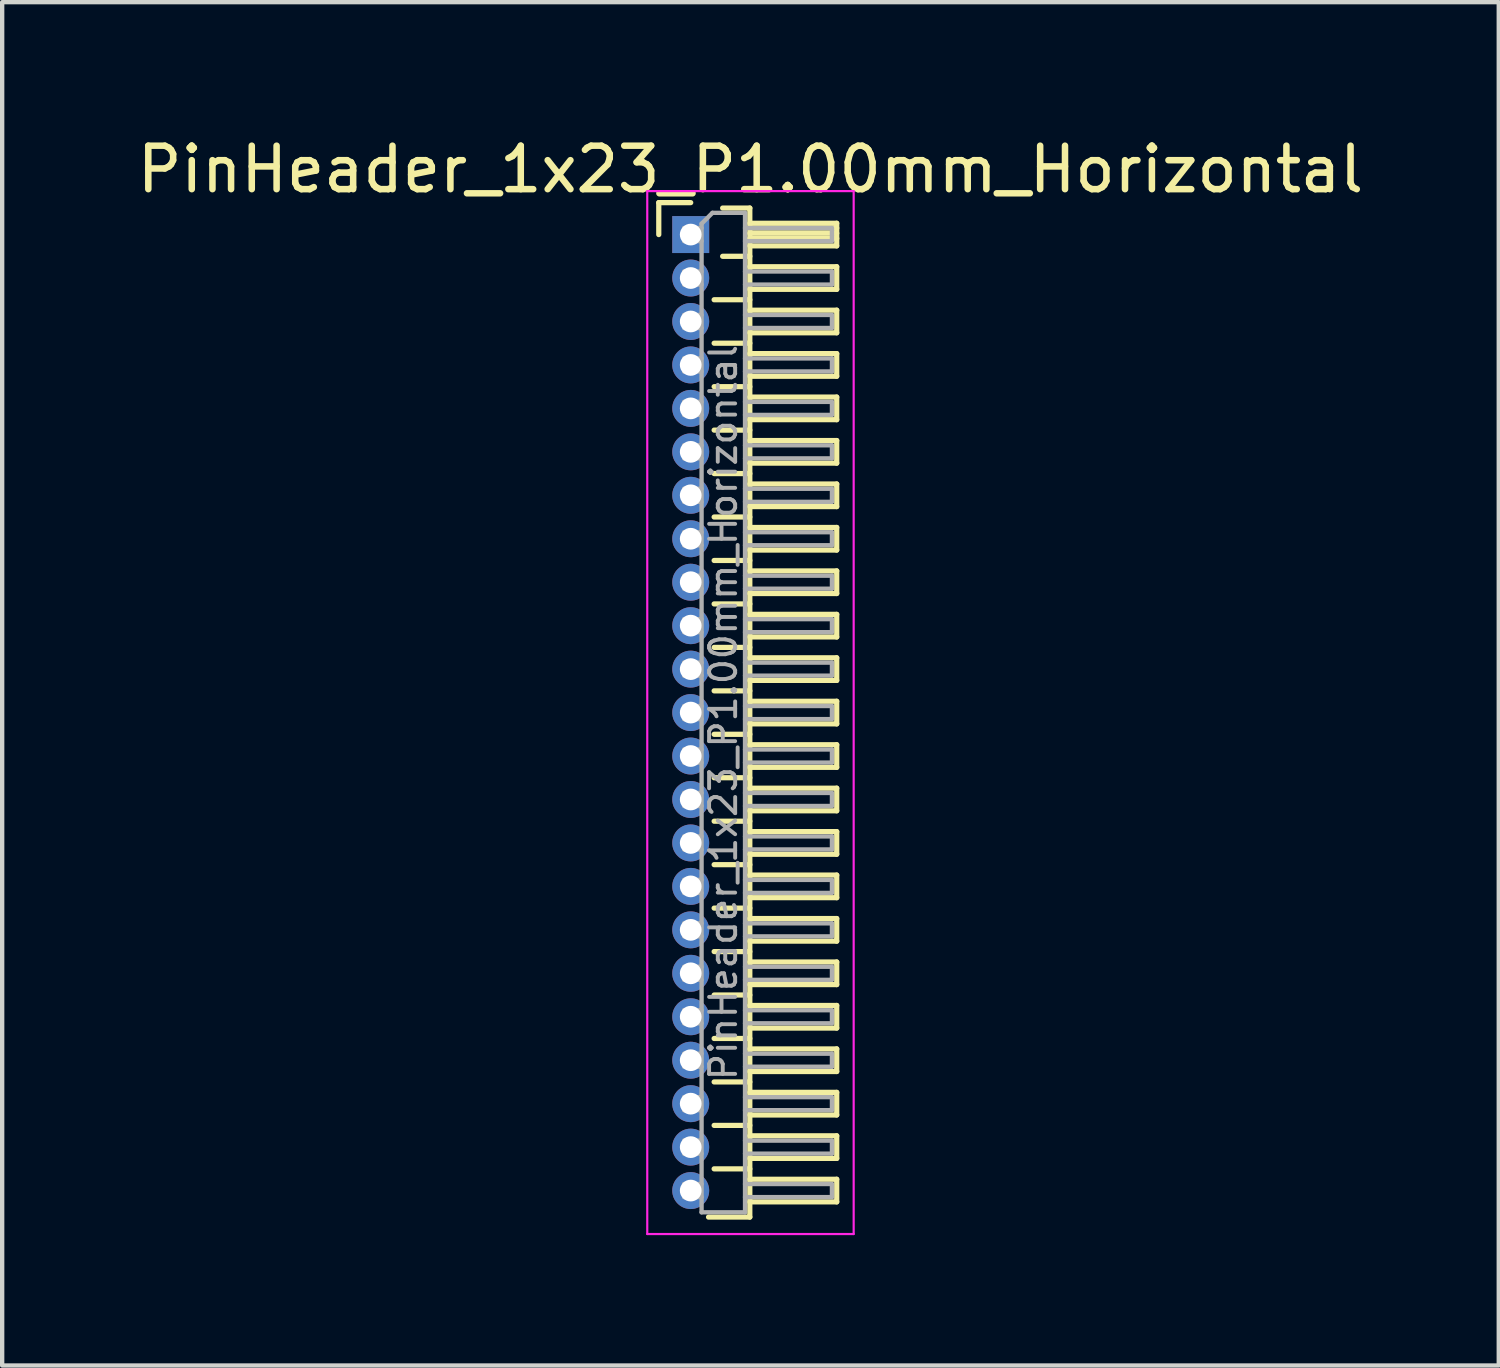
<source format=kicad_pcb>
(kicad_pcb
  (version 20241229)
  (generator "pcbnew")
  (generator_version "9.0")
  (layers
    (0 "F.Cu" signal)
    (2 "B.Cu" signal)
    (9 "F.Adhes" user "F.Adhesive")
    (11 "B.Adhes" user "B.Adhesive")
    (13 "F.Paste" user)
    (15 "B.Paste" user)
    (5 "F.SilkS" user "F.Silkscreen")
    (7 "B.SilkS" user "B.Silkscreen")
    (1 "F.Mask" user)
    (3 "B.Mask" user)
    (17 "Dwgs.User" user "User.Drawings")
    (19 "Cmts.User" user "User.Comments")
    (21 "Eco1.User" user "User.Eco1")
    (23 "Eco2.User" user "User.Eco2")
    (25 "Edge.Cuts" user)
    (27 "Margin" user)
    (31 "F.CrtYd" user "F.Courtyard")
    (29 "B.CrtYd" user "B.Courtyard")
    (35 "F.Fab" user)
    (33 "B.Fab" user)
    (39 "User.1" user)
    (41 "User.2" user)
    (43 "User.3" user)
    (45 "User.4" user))
  (footprint "PinHeader_1x23_P1.00mm_Horizontal"
    (layer "F.Cu")
    (at 12.845 2.348)
    (property "Reference" "PinHeader_1x23_P1.00mm_Horizontal" (at 1.375 -1.5 0) (layer "F.SilkS") (effects (font (size 1 1) (thickness 0.15))))
    (attr through_hole)
    (fp_line (start -0.735 -0.735) (end 0 -0.735) (stroke (width 0.12) (type solid)) (layer "F.SilkS"))
    (fp_line (start -0.735 0) (end -0.735 -0.735) (stroke (width 0.12) (type solid)) (layer "F.SilkS"))
    (fp_line (start 0.539 1.5) (end 1.36 1.5) (stroke (width 0.12) (type solid)) (layer "F.SilkS"))
    (fp_line (start 0.539 2.5) (end 1.36 2.5) (stroke (width 0.12) (type solid)) (layer "F.SilkS"))
    (fp_line (start 0.539 3.5) (end 1.36 3.5) (stroke (width 0.12) (type solid)) (layer "F.SilkS"))
    (fp_line (start 0.539 4.5) (end 1.36 4.5) (stroke (width 0.12) (type solid)) (layer "F.SilkS"))
    (fp_line (start 0.539 5.5) (end 1.36 5.5) (stroke (width 0.12) (type solid)) (layer "F.SilkS"))
    (fp_line (start 0.539 6.5) (end 1.36 6.5) (stroke (width 0.12) (type solid)) (layer "F.SilkS"))
    (fp_line (start 0.539 7.5) (end 1.36 7.5) (stroke (width 0.12) (type solid)) (layer "F.SilkS"))
    (fp_line (start 0.539 8.5) (end 1.36 8.5) (stroke (width 0.12) (type solid)) (layer "F.SilkS"))
    (fp_line (start 0.539 9.5) (end 1.36 9.5) (stroke (width 0.12) (type solid)) (layer "F.SilkS"))
    (fp_line (start 0.539 10.5) (end 1.36 10.5) (stroke (width 0.12) (type solid)) (layer "F.SilkS"))
    (fp_line (start 0.539 11.5) (end 1.36 11.5) (stroke (width 0.12) (type solid)) (layer "F.SilkS"))
    (fp_line (start 0.539 12.5) (end 1.36 12.5) (stroke (width 0.12) (type solid)) (layer "F.SilkS"))
    (fp_line (start 0.539 13.5) (end 1.36 13.5) (stroke (width 0.12) (type solid)) (layer "F.SilkS"))
    (fp_line (start 0.539 14.5) (end 1.36 14.5) (stroke (width 0.12) (type solid)) (layer "F.SilkS"))
    (fp_line (start 0.539 15.5) (end 1.36 15.5) (stroke (width 0.12) (type solid)) (layer "F.SilkS"))
    (fp_line (start 0.539 16.5) (end 1.36 16.5) (stroke (width 0.12) (type solid)) (layer "F.SilkS"))
    (fp_line (start 0.539 17.5) (end 1.36 17.5) (stroke (width 0.12) (type solid)) (layer "F.SilkS"))
    (fp_line (start 0.539 18.5) (end 1.36 18.5) (stroke (width 0.12) (type solid)) (layer "F.SilkS"))
    (fp_line (start 0.539 19.5) (end 1.36 19.5) (stroke (width 0.12) (type solid)) (layer "F.SilkS"))
    (fp_line (start 0.539 20.5) (end 1.36 20.5) (stroke (width 0.12) (type solid)) (layer "F.SilkS"))
    (fp_line (start 0.539 21.5) (end 1.36 21.5) (stroke (width 0.12) (type solid)) (layer "F.SilkS"))
    (fp_line (start 0.735 -0.61) (end 1.36 -0.61) (stroke (width 0.12) (type solid)) (layer "F.SilkS"))
    (fp_line (start 0.735 0.5) (end 1.36 0.5) (stroke (width 0.12) (type solid)) (layer "F.SilkS"))
    (fp_line (start 1.36 -0.61) (end 1.36 22.61) (stroke (width 0.12) (type solid)) (layer "F.SilkS"))
    (fp_line (start 1.36 -0.26) (end 3.36 -0.26) (stroke (width 0.12) (type solid)) (layer "F.SilkS"))
    (fp_line (start 1.36 -0.15) (end 3.36 -0.15) (stroke (width 0.12) (type solid)) (layer "F.SilkS"))
    (fp_line (start 1.36 -0.03) (end 3.36 -0.03) (stroke (width 0.12) (type solid)) (layer "F.SilkS"))
    (fp_line (start 1.36 0.09) (end 3.36 0.09) (stroke (width 0.12) (type solid)) (layer "F.SilkS"))
    (fp_line (start 1.36 0.74) (end 3.36 0.74) (stroke (width 0.12) (type solid)) (layer "F.SilkS"))
    (fp_line (start 1.36 1.74) (end 3.36 1.74) (stroke (width 0.12) (type solid)) (layer "F.SilkS"))
    (fp_line (start 1.36 2.74) (end 3.36 2.74) (stroke (width 0.12) (type solid)) (layer "F.SilkS"))
    (fp_line (start 1.36 3.74) (end 3.36 3.74) (stroke (width 0.12) (type solid)) (layer "F.SilkS"))
    (fp_line (start 1.36 4.74) (end 3.36 4.74) (stroke (width 0.12) (type solid)) (layer "F.SilkS"))
    (fp_line (start 1.36 5.74) (end 3.36 5.74) (stroke (width 0.12) (type solid)) (layer "F.SilkS"))
    (fp_line (start 1.36 6.74) (end 3.36 6.74) (stroke (width 0.12) (type solid)) (layer "F.SilkS"))
    (fp_line (start 1.36 7.74) (end 3.36 7.74) (stroke (width 0.12) (type solid)) (layer "F.SilkS"))
    (fp_line (start 1.36 8.74) (end 3.36 8.74) (stroke (width 0.12) (type solid)) (layer "F.SilkS"))
    (fp_line (start 1.36 9.74) (end 3.36 9.74) (stroke (width 0.12) (type solid)) (layer "F.SilkS"))
    (fp_line (start 1.36 10.74) (end 3.36 10.74) (stroke (width 0.12) (type solid)) (layer "F.SilkS"))
    (fp_line (start 1.36 11.74) (end 3.36 11.74) (stroke (width 0.12) (type solid)) (layer "F.SilkS"))
    (fp_line (start 1.36 12.74) (end 3.36 12.74) (stroke (width 0.12) (type solid)) (layer "F.SilkS"))
    (fp_line (start 1.36 13.74) (end 3.36 13.74) (stroke (width 0.12) (type solid)) (layer "F.SilkS"))
    (fp_line (start 1.36 14.74) (end 3.36 14.74) (stroke (width 0.12) (type solid)) (layer "F.SilkS"))
    (fp_line (start 1.36 15.74) (end 3.36 15.74) (stroke (width 0.12) (type solid)) (layer "F.SilkS"))
    (fp_line (start 1.36 16.74) (end 3.36 16.74) (stroke (width 0.12) (type solid)) (layer "F.SilkS"))
    (fp_line (start 1.36 17.74) (end 3.36 17.74) (stroke (width 0.12) (type solid)) (layer "F.SilkS"))
    (fp_line (start 1.36 18.74) (end 3.36 18.74) (stroke (width 0.12) (type solid)) (layer "F.SilkS"))
    (fp_line (start 1.36 19.74) (end 3.36 19.74) (stroke (width 0.12) (type solid)) (layer "F.SilkS"))
    (fp_line (start 1.36 20.74) (end 3.36 20.74) (stroke (width 0.12) (type solid)) (layer "F.SilkS"))
    (fp_line (start 1.36 21.74) (end 3.36 21.74) (stroke (width 0.12) (type solid)) (layer "F.SilkS"))
    (fp_line (start 1.36 22.61) (end 0.41 22.61) (stroke (width 0.12) (type solid)) (layer "F.SilkS"))
    (fp_line (start 3.36 -0.26) (end 3.36 0.26) (stroke (width 0.12) (type solid)) (layer "F.SilkS"))
    (fp_line (start 3.36 0.26) (end 1.36 0.26) (stroke (width 0.12) (type solid)) (layer "F.SilkS"))
    (fp_line (start 3.36 0.74) (end 3.36 1.26) (stroke (width 0.12) (type solid)) (layer "F.SilkS"))
    (fp_line (start 3.36 1.26) (end 1.36 1.26) (stroke (width 0.12) (type solid)) (layer "F.SilkS"))
    (fp_line (start 3.36 1.74) (end 3.36 2.26) (stroke (width 0.12) (type solid)) (layer "F.SilkS"))
    (fp_line (start 3.36 2.26) (end 1.36 2.26) (stroke (width 0.12) (type solid)) (layer "F.SilkS"))
    (fp_line (start 3.36 2.74) (end 3.36 3.26) (stroke (width 0.12) (type solid)) (layer "F.SilkS"))
    (fp_line (start 3.36 3.26) (end 1.36 3.26) (stroke (width 0.12) (type solid)) (layer "F.SilkS"))
    (fp_line (start 3.36 3.74) (end 3.36 4.26) (stroke (width 0.12) (type solid)) (layer "F.SilkS"))
    (fp_line (start 3.36 4.26) (end 1.36 4.26) (stroke (width 0.12) (type solid)) (layer "F.SilkS"))
    (fp_line (start 3.36 4.74) (end 3.36 5.26) (stroke (width 0.12) (type solid)) (layer "F.SilkS"))
    (fp_line (start 3.36 5.26) (end 1.36 5.26) (stroke (width 0.12) (type solid)) (layer "F.SilkS"))
    (fp_line (start 3.36 5.74) (end 3.36 6.26) (stroke (width 0.12) (type solid)) (layer "F.SilkS"))
    (fp_line (start 3.36 6.26) (end 1.36 6.26) (stroke (width 0.12) (type solid)) (layer "F.SilkS"))
    (fp_line (start 3.36 6.74) (end 3.36 7.26) (stroke (width 0.12) (type solid)) (layer "F.SilkS"))
    (fp_line (start 3.36 7.26) (end 1.36 7.26) (stroke (width 0.12) (type solid)) (layer "F.SilkS"))
    (fp_line (start 3.36 7.74) (end 3.36 8.26) (stroke (width 0.12) (type solid)) (layer "F.SilkS"))
    (fp_line (start 3.36 8.26) (end 1.36 8.26) (stroke (width 0.12) (type solid)) (layer "F.SilkS"))
    (fp_line (start 3.36 8.74) (end 3.36 9.26) (stroke (width 0.12) (type solid)) (layer "F.SilkS"))
    (fp_line (start 3.36 9.26) (end 1.36 9.26) (stroke (width 0.12) (type solid)) (layer "F.SilkS"))
    (fp_line (start 3.36 9.74) (end 3.36 10.26) (stroke (width 0.12) (type solid)) (layer "F.SilkS"))
    (fp_line (start 3.36 10.26) (end 1.36 10.26) (stroke (width 0.12) (type solid)) (layer "F.SilkS"))
    (fp_line (start 3.36 10.74) (end 3.36 11.26) (stroke (width 0.12) (type solid)) (layer "F.SilkS"))
    (fp_line (start 3.36 11.26) (end 1.36 11.26) (stroke (width 0.12) (type solid)) (layer "F.SilkS"))
    (fp_line (start 3.36 11.74) (end 3.36 12.26) (stroke (width 0.12) (type solid)) (layer "F.SilkS"))
    (fp_line (start 3.36 12.26) (end 1.36 12.26) (stroke (width 0.12) (type solid)) (layer "F.SilkS"))
    (fp_line (start 3.36 12.74) (end 3.36 13.26) (stroke (width 0.12) (type solid)) (layer "F.SilkS"))
    (fp_line (start 3.36 13.26) (end 1.36 13.26) (stroke (width 0.12) (type solid)) (layer "F.SilkS"))
    (fp_line (start 3.36 13.74) (end 3.36 14.26) (stroke (width 0.12) (type solid)) (layer "F.SilkS"))
    (fp_line (start 3.36 14.26) (end 1.36 14.26) (stroke (width 0.12) (type solid)) (layer "F.SilkS"))
    (fp_line (start 3.36 14.74) (end 3.36 15.26) (stroke (width 0.12) (type solid)) (layer "F.SilkS"))
    (fp_line (start 3.36 15.26) (end 1.36 15.26) (stroke (width 0.12) (type solid)) (layer "F.SilkS"))
    (fp_line (start 3.36 15.74) (end 3.36 16.26) (stroke (width 0.12) (type solid)) (layer "F.SilkS"))
    (fp_line (start 3.36 16.26) (end 1.36 16.26) (stroke (width 0.12) (type solid)) (layer "F.SilkS"))
    (fp_line (start 3.36 16.74) (end 3.36 17.26) (stroke (width 0.12) (type solid)) (layer "F.SilkS"))
    (fp_line (start 3.36 17.26) (end 1.36 17.26) (stroke (width 0.12) (type solid)) (layer "F.SilkS"))
    (fp_line (start 3.36 17.74) (end 3.36 18.26) (stroke (width 0.12) (type solid)) (layer "F.SilkS"))
    (fp_line (start 3.36 18.26) (end 1.36 18.26) (stroke (width 0.12) (type solid)) (layer "F.SilkS"))
    (fp_line (start 3.36 18.74) (end 3.36 19.26) (stroke (width 0.12) (type solid)) (layer "F.SilkS"))
    (fp_line (start 3.36 19.26) (end 1.36 19.26) (stroke (width 0.12) (type solid)) (layer "F.SilkS"))
    (fp_line (start 3.36 19.74) (end 3.36 20.26) (stroke (width 0.12) (type solid)) (layer "F.SilkS"))
    (fp_line (start 3.36 20.26) (end 1.36 20.26) (stroke (width 0.12) (type solid)) (layer "F.SilkS"))
    (fp_line (start 3.36 20.74) (end 3.36 21.26) (stroke (width 0.12) (type solid)) (layer "F.SilkS"))
    (fp_line (start 3.36 21.26) (end 1.36 21.26) (stroke (width 0.12) (type solid)) (layer "F.SilkS"))
    (fp_line (start 3.36 21.74) (end 3.36 22.26) (stroke (width 0.12) (type solid)) (layer "F.SilkS"))
    (fp_line (start 3.36 22.26) (end 1.36 22.26) (stroke (width 0.12) (type solid)) (layer "F.SilkS"))
    (fp_line (start -1 -1) (end -1 23) (stroke (width 0.05) (type solid)) (layer "F.CrtYd"))
    (fp_line (start -1 23) (end 3.75 23) (stroke (width 0.05) (type solid)) (layer "F.CrtYd"))
    (fp_line (start 3.75 -1) (end -1 -1) (stroke (width 0.05) (type solid)) (layer "F.CrtYd"))
    (fp_line (start 3.75 23) (end 3.75 -1) (stroke (width 0.05) (type solid)) (layer "F.CrtYd"))
    (fp_line (start -0.15 -0.15) (end -0.15 0.15) (stroke (width 0.1) (type solid)) (layer "F.Fab"))
    (fp_line (start -0.15 -0.15) (end 0.25 -0.15) (stroke (width 0.1) (type solid)) (layer "F.Fab"))
    (fp_line (start -0.15 0.15) (end 0.25 0.15) (stroke (width 0.1) (type solid)) (layer "F.Fab"))
    (fp_line (start -0.15 0.85) (end -0.15 1.15) (stroke (width 0.1) (type solid)) (layer "F.Fab"))
    (fp_line (start -0.15 0.85) (end 0.25 0.85) (stroke (width 0.1) (type solid)) (layer "F.Fab"))
    (fp_line (start -0.15 1.15) (end 0.25 1.15) (stroke (width 0.1) (type solid)) (layer "F.Fab"))
    (fp_line (start -0.15 1.85) (end -0.15 2.15) (stroke (width 0.1) (type solid)) (layer "F.Fab"))
    (fp_line (start -0.15 1.85) (end 0.25 1.85) (stroke (width 0.1) (type solid)) (layer "F.Fab"))
    (fp_line (start -0.15 2.15) (end 0.25 2.15) (stroke (width 0.1) (type solid)) (layer "F.Fab"))
    (fp_line (start -0.15 2.85) (end -0.15 3.15) (stroke (width 0.1) (type solid)) (layer "F.Fab"))
    (fp_line (start -0.15 2.85) (end 0.25 2.85) (stroke (width 0.1) (type solid)) (layer "F.Fab"))
    (fp_line (start -0.15 3.15) (end 0.25 3.15) (stroke (width 0.1) (type solid)) (layer "F.Fab"))
    (fp_line (start -0.15 3.85) (end -0.15 4.15) (stroke (width 0.1) (type solid)) (layer "F.Fab"))
    (fp_line (start -0.15 3.85) (end 0.25 3.85) (stroke (width 0.1) (type solid)) (layer "F.Fab"))
    (fp_line (start -0.15 4.15) (end 0.25 4.15) (stroke (width 0.1) (type solid)) (layer "F.Fab"))
    (fp_line (start -0.15 4.85) (end -0.15 5.15) (stroke (width 0.1) (type solid)) (layer "F.Fab"))
    (fp_line (start -0.15 4.85) (end 0.25 4.85) (stroke (width 0.1) (type solid)) (layer "F.Fab"))
    (fp_line (start -0.15 5.15) (end 0.25 5.15) (stroke (width 0.1) (type solid)) (layer "F.Fab"))
    (fp_line (start -0.15 5.85) (end -0.15 6.15) (stroke (width 0.1) (type solid)) (layer "F.Fab"))
    (fp_line (start -0.15 5.85) (end 0.25 5.85) (stroke (width 0.1) (type solid)) (layer "F.Fab"))
    (fp_line (start -0.15 6.15) (end 0.25 6.15) (stroke (width 0.1) (type solid)) (layer "F.Fab"))
    (fp_line (start -0.15 6.85) (end -0.15 7.15) (stroke (width 0.1) (type solid)) (layer "F.Fab"))
    (fp_line (start -0.15 6.85) (end 0.25 6.85) (stroke (width 0.1) (type solid)) (layer "F.Fab"))
    (fp_line (start -0.15 7.15) (end 0.25 7.15) (stroke (width 0.1) (type solid)) (layer "F.Fab"))
    (fp_line (start -0.15 7.85) (end -0.15 8.15) (stroke (width 0.1) (type solid)) (layer "F.Fab"))
    (fp_line (start -0.15 7.85) (end 0.25 7.85) (stroke (width 0.1) (type solid)) (layer "F.Fab"))
    (fp_line (start -0.15 8.15) (end 0.25 8.15) (stroke (width 0.1) (type solid)) (layer "F.Fab"))
    (fp_line (start -0.15 8.85) (end -0.15 9.15) (stroke (width 0.1) (type solid)) (layer "F.Fab"))
    (fp_line (start -0.15 8.85) (end 0.25 8.85) (stroke (width 0.1) (type solid)) (layer "F.Fab"))
    (fp_line (start -0.15 9.15) (end 0.25 9.15) (stroke (width 0.1) (type solid)) (layer "F.Fab"))
    (fp_line (start -0.15 9.85) (end -0.15 10.15) (stroke (width 0.1) (type solid)) (layer "F.Fab"))
    (fp_line (start -0.15 9.85) (end 0.25 9.85) (stroke (width 0.1) (type solid)) (layer "F.Fab"))
    (fp_line (start -0.15 10.15) (end 0.25 10.15) (stroke (width 0.1) (type solid)) (layer "F.Fab"))
    (fp_line (start -0.15 10.85) (end -0.15 11.15) (stroke (width 0.1) (type solid)) (layer "F.Fab"))
    (fp_line (start -0.15 10.85) (end 0.25 10.85) (stroke (width 0.1) (type solid)) (layer "F.Fab"))
    (fp_line (start -0.15 11.15) (end 0.25 11.15) (stroke (width 0.1) (type solid)) (layer "F.Fab"))
    (fp_line (start -0.15 11.85) (end -0.15 12.15) (stroke (width 0.1) (type solid)) (layer "F.Fab"))
    (fp_line (start -0.15 11.85) (end 0.25 11.85) (stroke (width 0.1) (type solid)) (layer "F.Fab"))
    (fp_line (start -0.15 12.15) (end 0.25 12.15) (stroke (width 0.1) (type solid)) (layer "F.Fab"))
    (fp_line (start -0.15 12.85) (end -0.15 13.15) (stroke (width 0.1) (type solid)) (layer "F.Fab"))
    (fp_line (start -0.15 12.85) (end 0.25 12.85) (stroke (width 0.1) (type solid)) (layer "F.Fab"))
    (fp_line (start -0.15 13.15) (end 0.25 13.15) (stroke (width 0.1) (type solid)) (layer "F.Fab"))
    (fp_line (start -0.15 13.85) (end -0.15 14.15) (stroke (width 0.1) (type solid)) (layer "F.Fab"))
    (fp_line (start -0.15 13.85) (end 0.25 13.85) (stroke (width 0.1) (type solid)) (layer "F.Fab"))
    (fp_line (start -0.15 14.15) (end 0.25 14.15) (stroke (width 0.1) (type solid)) (layer "F.Fab"))
    (fp_line (start -0.15 14.85) (end -0.15 15.15) (stroke (width 0.1) (type solid)) (layer "F.Fab"))
    (fp_line (start -0.15 14.85) (end 0.25 14.85) (stroke (width 0.1) (type solid)) (layer "F.Fab"))
    (fp_line (start -0.15 15.15) (end 0.25 15.15) (stroke (width 0.1) (type solid)) (layer "F.Fab"))
    (fp_line (start -0.15 15.85) (end -0.15 16.15) (stroke (width 0.1) (type solid)) (layer "F.Fab"))
    (fp_line (start -0.15 15.85) (end 0.25 15.85) (stroke (width 0.1) (type solid)) (layer "F.Fab"))
    (fp_line (start -0.15 16.15) (end 0.25 16.15) (stroke (width 0.1) (type solid)) (layer "F.Fab"))
    (fp_line (start -0.15 16.85) (end -0.15 17.15) (stroke (width 0.1) (type solid)) (layer "F.Fab"))
    (fp_line (start -0.15 16.85) (end 0.25 16.85) (stroke (width 0.1) (type solid)) (layer "F.Fab"))
    (fp_line (start -0.15 17.15) (end 0.25 17.15) (stroke (width 0.1) (type solid)) (layer "F.Fab"))
    (fp_line (start -0.15 17.85) (end -0.15 18.15) (stroke (width 0.1) (type solid)) (layer "F.Fab"))
    (fp_line (start -0.15 17.85) (end 0.25 17.85) (stroke (width 0.1) (type solid)) (layer "F.Fab"))
    (fp_line (start -0.15 18.15) (end 0.25 18.15) (stroke (width 0.1) (type solid)) (layer "F.Fab"))
    (fp_line (start -0.15 18.85) (end -0.15 19.15) (stroke (width 0.1) (type solid)) (layer "F.Fab"))
    (fp_line (start -0.15 18.85) (end 0.25 18.85) (stroke (width 0.1) (type solid)) (layer "F.Fab"))
    (fp_line (start -0.15 19.15) (end 0.25 19.15) (stroke (width 0.1) (type solid)) (layer "F.Fab"))
    (fp_line (start -0.15 19.85) (end -0.15 20.15) (stroke (width 0.1) (type solid)) (layer "F.Fab"))
    (fp_line (start -0.15 19.85) (end 0.25 19.85) (stroke (width 0.1) (type solid)) (layer "F.Fab"))
    (fp_line (start -0.15 20.15) (end 0.25 20.15) (stroke (width 0.1) (type solid)) (layer "F.Fab"))
    (fp_line (start -0.15 20.85) (end -0.15 21.15) (stroke (width 0.1) (type solid)) (layer "F.Fab"))
    (fp_line (start -0.15 20.85) (end 0.25 20.85) (stroke (width 0.1) (type solid)) (layer "F.Fab"))
    (fp_line (start -0.15 21.15) (end 0.25 21.15) (stroke (width 0.1) (type solid)) (layer "F.Fab"))
    (fp_line (start -0.15 21.85) (end -0.15 22.15) (stroke (width 0.1) (type solid)) (layer "F.Fab"))
    (fp_line (start -0.15 21.85) (end 0.25 21.85) (stroke (width 0.1) (type solid)) (layer "F.Fab"))
    (fp_line (start -0.15 22.15) (end 0.25 22.15) (stroke (width 0.1) (type solid)) (layer "F.Fab"))
    (fp_line (start 0.25 -0.25) (end 0.5 -0.5) (stroke (width 0.1) (type solid)) (layer "F.Fab"))
    (fp_line (start 0.25 22.5) (end 0.25 -0.25) (stroke (width 0.1) (type solid)) (layer "F.Fab"))
    (fp_line (start 0.5 -0.5) (end 1.25 -0.5) (stroke (width 0.1) (type solid)) (layer "F.Fab"))
    (fp_line (start 1.25 -0.5) (end 1.25 22.5) (stroke (width 0.1) (type solid)) (layer "F.Fab"))
    (fp_line (start 1.25 -0.15) (end 3.25 -0.15) (stroke (width 0.1) (type solid)) (layer "F.Fab"))
    (fp_line (start 1.25 0.15) (end 3.25 0.15) (stroke (width 0.1) (type solid)) (layer "F.Fab"))
    (fp_line (start 1.25 0.85) (end 3.25 0.85) (stroke (width 0.1) (type solid)) (layer "F.Fab"))
    (fp_line (start 1.25 1.15) (end 3.25 1.15) (stroke (width 0.1) (type solid)) (layer "F.Fab"))
    (fp_line (start 1.25 1.85) (end 3.25 1.85) (stroke (width 0.1) (type solid)) (layer "F.Fab"))
    (fp_line (start 1.25 2.15) (end 3.25 2.15) (stroke (width 0.1) (type solid)) (layer "F.Fab"))
    (fp_line (start 1.25 2.85) (end 3.25 2.85) (stroke (width 0.1) (type solid)) (layer "F.Fab"))
    (fp_line (start 1.25 3.15) (end 3.25 3.15) (stroke (width 0.1) (type solid)) (layer "F.Fab"))
    (fp_line (start 1.25 3.85) (end 3.25 3.85) (stroke (width 0.1) (type solid)) (layer "F.Fab"))
    (fp_line (start 1.25 4.15) (end 3.25 4.15) (stroke (width 0.1) (type solid)) (layer "F.Fab"))
    (fp_line (start 1.25 4.85) (end 3.25 4.85) (stroke (width 0.1) (type solid)) (layer "F.Fab"))
    (fp_line (start 1.25 5.15) (end 3.25 5.15) (stroke (width 0.1) (type solid)) (layer "F.Fab"))
    (fp_line (start 1.25 5.85) (end 3.25 5.85) (stroke (width 0.1) (type solid)) (layer "F.Fab"))
    (fp_line (start 1.25 6.15) (end 3.25 6.15) (stroke (width 0.1) (type solid)) (layer "F.Fab"))
    (fp_line (start 1.25 6.85) (end 3.25 6.85) (stroke (width 0.1) (type solid)) (layer "F.Fab"))
    (fp_line (start 1.25 7.15) (end 3.25 7.15) (stroke (width 0.1) (type solid)) (layer "F.Fab"))
    (fp_line (start 1.25 7.85) (end 3.25 7.85) (stroke (width 0.1) (type solid)) (layer "F.Fab"))
    (fp_line (start 1.25 8.15) (end 3.25 8.15) (stroke (width 0.1) (type solid)) (layer "F.Fab"))
    (fp_line (start 1.25 8.85) (end 3.25 8.85) (stroke (width 0.1) (type solid)) (layer "F.Fab"))
    (fp_line (start 1.25 9.15) (end 3.25 9.15) (stroke (width 0.1) (type solid)) (layer "F.Fab"))
    (fp_line (start 1.25 9.85) (end 3.25 9.85) (stroke (width 0.1) (type solid)) (layer "F.Fab"))
    (fp_line (start 1.25 10.15) (end 3.25 10.15) (stroke (width 0.1) (type solid)) (layer "F.Fab"))
    (fp_line (start 1.25 10.85) (end 3.25 10.85) (stroke (width 0.1) (type solid)) (layer "F.Fab"))
    (fp_line (start 1.25 11.15) (end 3.25 11.15) (stroke (width 0.1) (type solid)) (layer "F.Fab"))
    (fp_line (start 1.25 11.85) (end 3.25 11.85) (stroke (width 0.1) (type solid)) (layer "F.Fab"))
    (fp_line (start 1.25 12.15) (end 3.25 12.15) (stroke (width 0.1) (type solid)) (layer "F.Fab"))
    (fp_line (start 1.25 12.85) (end 3.25 12.85) (stroke (width 0.1) (type solid)) (layer "F.Fab"))
    (fp_line (start 1.25 13.15) (end 3.25 13.15) (stroke (width 0.1) (type solid)) (layer "F.Fab"))
    (fp_line (start 1.25 13.85) (end 3.25 13.85) (stroke (width 0.1) (type solid)) (layer "F.Fab"))
    (fp_line (start 1.25 14.15) (end 3.25 14.15) (stroke (width 0.1) (type solid)) (layer "F.Fab"))
    (fp_line (start 1.25 14.85) (end 3.25 14.85) (stroke (width 0.1) (type solid)) (layer "F.Fab"))
    (fp_line (start 1.25 15.15) (end 3.25 15.15) (stroke (width 0.1) (type solid)) (layer "F.Fab"))
    (fp_line (start 1.25 15.85) (end 3.25 15.85) (stroke (width 0.1) (type solid)) (layer "F.Fab"))
    (fp_line (start 1.25 16.15) (end 3.25 16.15) (stroke (width 0.1) (type solid)) (layer "F.Fab"))
    (fp_line (start 1.25 16.85) (end 3.25 16.85) (stroke (width 0.1) (type solid)) (layer "F.Fab"))
    (fp_line (start 1.25 17.15) (end 3.25 17.15) (stroke (width 0.1) (type solid)) (layer "F.Fab"))
    (fp_line (start 1.25 17.85) (end 3.25 17.85) (stroke (width 0.1) (type solid)) (layer "F.Fab"))
    (fp_line (start 1.25 18.15) (end 3.25 18.15) (stroke (width 0.1) (type solid)) (layer "F.Fab"))
    (fp_line (start 1.25 18.85) (end 3.25 18.85) (stroke (width 0.1) (type solid)) (layer "F.Fab"))
    (fp_line (start 1.25 19.15) (end 3.25 19.15) (stroke (width 0.1) (type solid)) (layer "F.Fab"))
    (fp_line (start 1.25 19.85) (end 3.25 19.85) (stroke (width 0.1) (type solid)) (layer "F.Fab"))
    (fp_line (start 1.25 20.15) (end 3.25 20.15) (stroke (width 0.1) (type solid)) (layer "F.Fab"))
    (fp_line (start 1.25 20.85) (end 3.25 20.85) (stroke (width 0.1) (type solid)) (layer "F.Fab"))
    (fp_line (start 1.25 21.15) (end 3.25 21.15) (stroke (width 0.1) (type solid)) (layer "F.Fab"))
    (fp_line (start 1.25 21.85) (end 3.25 21.85) (stroke (width 0.1) (type solid)) (layer "F.Fab"))
    (fp_line (start 1.25 22.15) (end 3.25 22.15) (stroke (width 0.1) (type solid)) (layer "F.Fab"))
    (fp_line (start 1.25 22.5) (end 0.25 22.5) (stroke (width 0.1) (type solid)) (layer "F.Fab"))
    (fp_line (start 3.25 -0.15) (end 3.25 0.15) (stroke (width 0.1) (type solid)) (layer "F.Fab"))
    (fp_line (start 3.25 0.85) (end 3.25 1.15) (stroke (width 0.1) (type solid)) (layer "F.Fab"))
    (fp_line (start 3.25 1.85) (end 3.25 2.15) (stroke (width 0.1) (type solid)) (layer "F.Fab"))
    (fp_line (start 3.25 2.85) (end 3.25 3.15) (stroke (width 0.1) (type solid)) (layer "F.Fab"))
    (fp_line (start 3.25 3.85) (end 3.25 4.15) (stroke (width 0.1) (type solid)) (layer "F.Fab"))
    (fp_line (start 3.25 4.85) (end 3.25 5.15) (stroke (width 0.1) (type solid)) (layer "F.Fab"))
    (fp_line (start 3.25 5.85) (end 3.25 6.15) (stroke (width 0.1) (type solid)) (layer "F.Fab"))
    (fp_line (start 3.25 6.85) (end 3.25 7.15) (stroke (width 0.1) (type solid)) (layer "F.Fab"))
    (fp_line (start 3.25 7.85) (end 3.25 8.15) (stroke (width 0.1) (type solid)) (layer "F.Fab"))
    (fp_line (start 3.25 8.85) (end 3.25 9.15) (stroke (width 0.1) (type solid)) (layer "F.Fab"))
    (fp_line (start 3.25 9.85) (end 3.25 10.15) (stroke (width 0.1) (type solid)) (layer "F.Fab"))
    (fp_line (start 3.25 10.85) (end 3.25 11.15) (stroke (width 0.1) (type solid)) (layer "F.Fab"))
    (fp_line (start 3.25 11.85) (end 3.25 12.15) (stroke (width 0.1) (type solid)) (layer "F.Fab"))
    (fp_line (start 3.25 12.85) (end 3.25 13.15) (stroke (width 0.1) (type solid)) (layer "F.Fab"))
    (fp_line (start 3.25 13.85) (end 3.25 14.15) (stroke (width 0.1) (type solid)) (layer "F.Fab"))
    (fp_line (start 3.25 14.85) (end 3.25 15.15) (stroke (width 0.1) (type solid)) (layer "F.Fab"))
    (fp_line (start 3.25 15.85) (end 3.25 16.15) (stroke (width 0.1) (type solid)) (layer "F.Fab"))
    (fp_line (start 3.25 16.85) (end 3.25 17.15) (stroke (width 0.1) (type solid)) (layer "F.Fab"))
    (fp_line (start 3.25 17.85) (end 3.25 18.15) (stroke (width 0.1) (type solid)) (layer "F.Fab"))
    (fp_line (start 3.25 18.85) (end 3.25 19.15) (stroke (width 0.1) (type solid)) (layer "F.Fab"))
    (fp_line (start 3.25 19.85) (end 3.25 20.15) (stroke (width 0.1) (type solid)) (layer "F.Fab"))
    (fp_line (start 3.25 20.85) (end 3.25 21.15) (stroke (width 0.1) (type solid)) (layer "F.Fab"))
    (fp_line (start 3.25 21.85) (end 3.25 22.15) (stroke (width 0.1) (type solid)) (layer "F.Fab"))
    (fp_text user "${REFERENCE}" (at 0.75 11 90) (layer "F.Fab") (effects (font (size 0.6 0.6) (thickness 0.09))))
    (pad "1" thru_hole rect (at 0 0) (size 0.85 0.85) (drill 0.5) (layers "*.Cu" "*.Mask"))
    (pad "2" thru_hole circle (at 0 1) (size 0.85 0.85) (drill 0.5) (layers "*.Cu" "*.Mask"))
    (pad "3" thru_hole circle (at 0 2) (size 0.85 0.85) (drill 0.5) (layers "*.Cu" "*.Mask"))
    (pad "4" thru_hole circle (at 0 3) (size 0.85 0.85) (drill 0.5) (layers "*.Cu" "*.Mask"))
    (pad "5" thru_hole circle (at 0 4) (size 0.85 0.85) (drill 0.5) (layers "*.Cu" "*.Mask"))
    (pad "6" thru_hole circle (at 0 5) (size 0.85 0.85) (drill 0.5) (layers "*.Cu" "*.Mask"))
    (pad "7" thru_hole circle (at 0 6) (size 0.85 0.85) (drill 0.5) (layers "*.Cu" "*.Mask"))
    (pad "8" thru_hole circle (at 0 7) (size 0.85 0.85) (drill 0.5) (layers "*.Cu" "*.Mask"))
    (pad "9" thru_hole circle (at 0 8) (size 0.85 0.85) (drill 0.5) (layers "*.Cu" "*.Mask"))
    (pad "10" thru_hole circle (at 0 9) (size 0.85 0.85) (drill 0.5) (layers "*.Cu" "*.Mask"))
    (pad "11" thru_hole circle (at 0 10) (size 0.85 0.85) (drill 0.5) (layers "*.Cu" "*.Mask"))
    (pad "12" thru_hole circle (at 0 11) (size 0.85 0.85) (drill 0.5) (layers "*.Cu" "*.Mask"))
    (pad "13" thru_hole circle (at 0 12) (size 0.85 0.85) (drill 0.5) (layers "*.Cu" "*.Mask"))
    (pad "14" thru_hole circle (at 0 13) (size 0.85 0.85) (drill 0.5) (layers "*.Cu" "*.Mask"))
    (pad "15" thru_hole circle (at 0 14) (size 0.85 0.85) (drill 0.5) (layers "*.Cu" "*.Mask"))
    (pad "16" thru_hole circle (at 0 15) (size 0.85 0.85) (drill 0.5) (layers "*.Cu" "*.Mask"))
    (pad "17" thru_hole circle (at 0 16) (size 0.85 0.85) (drill 0.5) (layers "*.Cu" "*.Mask"))
    (pad "18" thru_hole circle (at 0 17) (size 0.85 0.85) (drill 0.5) (layers "*.Cu" "*.Mask"))
    (pad "19" thru_hole circle (at 0 18) (size 0.85 0.85) (drill 0.5) (layers "*.Cu" "*.Mask"))
    (pad "20" thru_hole circle (at 0 19) (size 0.85 0.85) (drill 0.5) (layers "*.Cu" "*.Mask"))
    (pad "21" thru_hole circle (at 0 20) (size 0.85 0.85) (drill 0.5) (layers "*.Cu" "*.Mask"))
    (pad "22" thru_hole circle (at 0 21) (size 0.85 0.85) (drill 0.5) (layers "*.Cu" "*.Mask"))
    (pad "23" thru_hole circle (at 0 22) (size 0.85 0.85) (drill 0.5) (layers "*.Cu" "*.Mask")))
  (gr_rect
    (start -3 -3)
    (end 31.44 28.373)
    (stroke (width 0.1) (type default))
    (fill no)
    (layer "Edge.Cuts")))
</source>
